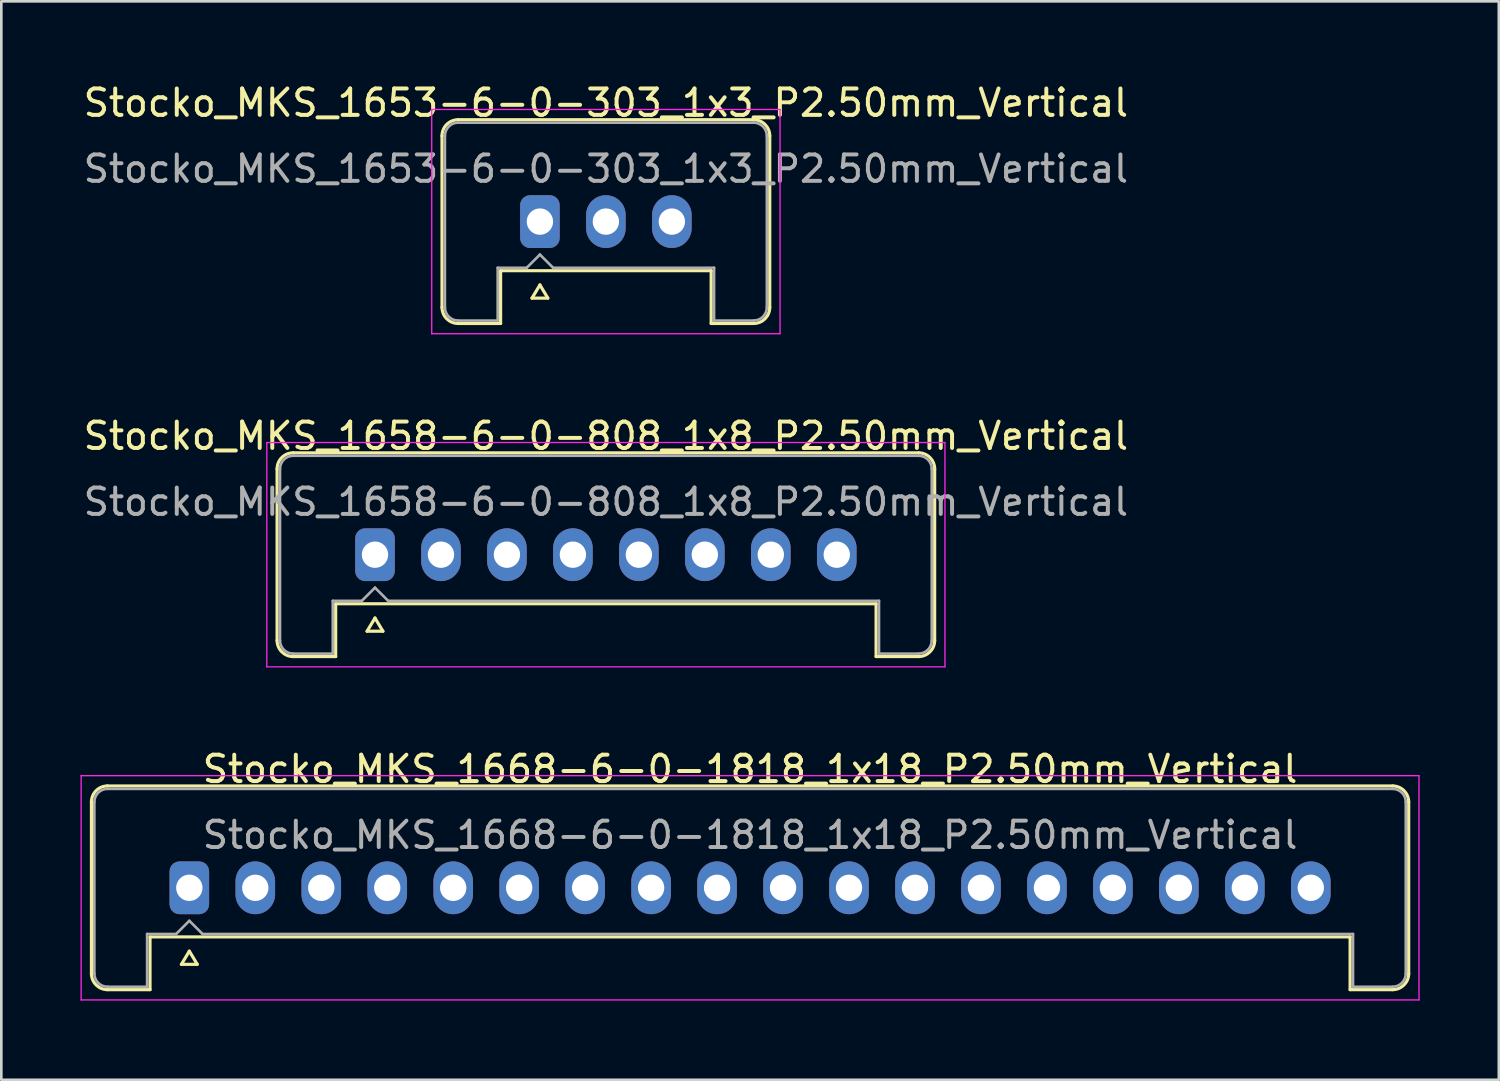
<source format=kicad_pcb>
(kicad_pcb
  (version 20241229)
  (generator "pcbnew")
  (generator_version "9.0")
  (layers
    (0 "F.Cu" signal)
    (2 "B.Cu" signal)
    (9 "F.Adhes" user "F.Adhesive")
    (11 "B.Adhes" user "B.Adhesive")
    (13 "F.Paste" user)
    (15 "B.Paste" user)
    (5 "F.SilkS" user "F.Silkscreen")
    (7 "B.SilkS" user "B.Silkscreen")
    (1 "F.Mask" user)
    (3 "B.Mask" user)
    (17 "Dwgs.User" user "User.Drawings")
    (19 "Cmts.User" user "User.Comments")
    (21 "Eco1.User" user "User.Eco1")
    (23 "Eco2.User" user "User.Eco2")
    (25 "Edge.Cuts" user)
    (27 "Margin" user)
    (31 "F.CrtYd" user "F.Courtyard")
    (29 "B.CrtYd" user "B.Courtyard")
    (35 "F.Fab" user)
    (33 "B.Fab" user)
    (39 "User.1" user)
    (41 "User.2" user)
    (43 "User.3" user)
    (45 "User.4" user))
  (footprint "Stocko_MKS_1653-6-0-303_1x3_P2.50mm_Vertical"
    (layer "F.Cu")
    (at 17.411 5.348)
    (property "Reference" "Stocko_MKS_1653-6-0-303_1x3_P2.50mm_Vertical" (at 2.5 -4.5 0) (layer "F.SilkS") (effects (font (size 1 1) (thickness 0.15))))
    (attr through_hole)
    (fp_line (start -3.71 -3.25) (end -3.71 3.25) (stroke (width 0.12) (type solid)) (layer "F.SilkS"))
    (fp_line (start -3.1 -3.86) (end 8.1 -3.86) (stroke (width 0.12) (type solid)) (layer "F.SilkS"))
    (fp_line (start -3.1 3.86) (end -1.49 3.86) (stroke (width 0.12) (type solid)) (layer "F.SilkS"))
    (fp_line (start -1.49 1.86) (end 6.49 1.86) (stroke (width 0.12) (type solid)) (layer "F.SilkS"))
    (fp_line (start -1.49 3.86) (end -1.49 1.86) (stroke (width 0.12) (type solid)) (layer "F.SilkS"))
    (fp_line (start -0.3 2.9) (end 0.3 2.9) (stroke (width 0.12) (type solid)) (layer "F.SilkS"))
    (fp_line (start 0 2.4) (end -0.3 2.9) (stroke (width 0.12) (type solid)) (layer "F.SilkS"))
    (fp_line (start 0.3 2.9) (end 0 2.4) (stroke (width 0.12) (type solid)) (layer "F.SilkS"))
    (fp_line (start 6.49 3.86) (end 6.49 1.86) (stroke (width 0.12) (type solid)) (layer "F.SilkS"))
    (fp_line (start 8.1 3.86) (end 6.49 3.86) (stroke (width 0.12) (type solid)) (layer "F.SilkS"))
    (fp_line (start 8.71 -3.25) (end 8.71 3.25) (stroke (width 0.12) (type solid)) (layer "F.SilkS"))
    (fp_arc (start -3.71 -3.25) (mid -3.531335 -3.681335) (end -3.1 -3.86) (stroke (width 0.12) (type solid)) (layer "F.SilkS"))
    (fp_arc (start -3.1 3.86) (mid -3.531335 3.681335) (end -3.71 3.25) (stroke (width 0.12) (type solid)) (layer "F.SilkS"))
    (fp_arc (start 8.1 -3.86) (mid 8.531335 -3.681335) (end 8.71 -3.25) (stroke (width 0.12) (type solid)) (layer "F.SilkS"))
    (fp_arc (start 8.71 3.25) (mid 8.531335 3.681335) (end 8.1 3.86) (stroke (width 0.12) (type solid)) (layer "F.SilkS"))
    (fp_line (start -4.1 -4.25) (end -4.1 4.25) (stroke (width 0.05) (type solid)) (layer "F.CrtYd"))
    (fp_line (start -4.1 4.25) (end 9.1 4.25) (stroke (width 0.05) (type solid)) (layer "F.CrtYd"))
    (fp_line (start 9.1 -4.25) (end -4.1 -4.25) (stroke (width 0.05) (type solid)) (layer "F.CrtYd"))
    (fp_line (start 9.1 4.25) (end 9.1 -4.25) (stroke (width 0.05) (type solid)) (layer "F.CrtYd"))
    (fp_line (start -3.6 -3.25) (end -3.6 3.25) (stroke (width 0.1) (type solid)) (layer "F.Fab"))
    (fp_line (start -3.1 -3.75) (end 8.1 -3.75) (stroke (width 0.1) (type solid)) (layer "F.Fab"))
    (fp_line (start -3.1 3.75) (end -1.6 3.75) (stroke (width 0.1) (type solid)) (layer "F.Fab"))
    (fp_line (start -1.6 1.75) (end -0.5 1.75) (stroke (width 0.1) (type solid)) (layer "F.Fab"))
    (fp_line (start -1.6 3.75) (end -1.6 1.75) (stroke (width 0.1) (type solid)) (layer "F.Fab"))
    (fp_line (start -0.5 1.75) (end 0 1.25) (stroke (width 0.1) (type solid)) (layer "F.Fab"))
    (fp_line (start 0 1.25) (end 0.5 1.75) (stroke (width 0.1) (type solid)) (layer "F.Fab"))
    (fp_line (start 0.5 1.75) (end 6.6 1.75) (stroke (width 0.1) (type solid)) (layer "F.Fab"))
    (fp_line (start 6.6 3.75) (end 6.6 1.75) (stroke (width 0.1) (type solid)) (layer "F.Fab"))
    (fp_line (start 8.1 3.75) (end 6.6 3.75) (stroke (width 0.1) (type solid)) (layer "F.Fab"))
    (fp_line (start 8.6 -3.25) (end 8.6 3.25) (stroke (width 0.1) (type solid)) (layer "F.Fab"))
    (fp_arc (start -3.6 -3.25) (mid -3.453553 -3.603553) (end -3.1 -3.75) (stroke (width 0.1) (type solid)) (layer "F.Fab"))
    (fp_arc (start -3.1 3.75) (mid -3.453553 3.603553) (end -3.6 3.25) (stroke (width 0.1) (type solid)) (layer "F.Fab"))
    (fp_arc (start 8.1 -3.75) (mid 8.453553 -3.603553) (end 8.6 -3.25) (stroke (width 0.1) (type solid)) (layer "F.Fab"))
    (fp_arc (start 8.6 3.25) (mid 8.453553 3.603553) (end 8.1 3.75) (stroke (width 0.1) (type solid)) (layer "F.Fab"))
    (fp_text user "${REFERENCE}" (at 2.5 -2 0) (layer "F.Fab") (effects (font (size 1 1) (thickness 0.15))))
    (pad "1" thru_hole roundrect (at 0 0) (size 1.5 2) (drill 1) (layers "*.Cu" "*.Mask") (roundrect_rratio 0.25))
    (pad "2" thru_hole oval (at 2.5 0) (size 1.5 2) (drill 1) (layers "*.Cu" "*.Mask"))
    (pad "3" thru_hole oval (at 5 0) (size 1.5 2) (drill 1) (layers "*.Cu" "*.Mask")))
  (footprint "Stocko_MKS_1658-6-0-808_1x8_P2.50mm_Vertical"
    (layer "F.Cu")
    (at 11.161 17.971)
    (property "Reference" "Stocko_MKS_1658-6-0-808_1x8_P2.50mm_Vertical" (at 8.75 -4.5 0) (layer "F.SilkS") (effects (font (size 1 1) (thickness 0.15))))
    (attr through_hole)
    (fp_line (start -3.71 -3.25) (end -3.71 3.25) (stroke (width 0.12) (type solid)) (layer "F.SilkS"))
    (fp_line (start -3.1 -3.86) (end 20.6 -3.86) (stroke (width 0.12) (type solid)) (layer "F.SilkS"))
    (fp_line (start -3.1 3.86) (end -1.49 3.86) (stroke (width 0.12) (type solid)) (layer "F.SilkS"))
    (fp_line (start -1.49 1.86) (end 18.99 1.86) (stroke (width 0.12) (type solid)) (layer "F.SilkS"))
    (fp_line (start -1.49 3.86) (end -1.49 1.86) (stroke (width 0.12) (type solid)) (layer "F.SilkS"))
    (fp_line (start -0.3 2.9) (end 0.3 2.9) (stroke (width 0.12) (type solid)) (layer "F.SilkS"))
    (fp_line (start 0 2.4) (end -0.3 2.9) (stroke (width 0.12) (type solid)) (layer "F.SilkS"))
    (fp_line (start 0.3 2.9) (end 0 2.4) (stroke (width 0.12) (type solid)) (layer "F.SilkS"))
    (fp_line (start 18.99 3.86) (end 18.99 1.86) (stroke (width 0.12) (type solid)) (layer "F.SilkS"))
    (fp_line (start 20.6 3.86) (end 18.99 3.86) (stroke (width 0.12) (type solid)) (layer "F.SilkS"))
    (fp_line (start 21.21 -3.25) (end 21.21 3.25) (stroke (width 0.12) (type solid)) (layer "F.SilkS"))
    (fp_arc (start -3.71 -3.25) (mid -3.531335 -3.681335) (end -3.1 -3.86) (stroke (width 0.12) (type solid)) (layer "F.SilkS"))
    (fp_arc (start -3.1 3.86) (mid -3.531335 3.681335) (end -3.71 3.25) (stroke (width 0.12) (type solid)) (layer "F.SilkS"))
    (fp_arc (start 20.6 -3.86) (mid 21.031335 -3.681335) (end 21.21 -3.25) (stroke (width 0.12) (type solid)) (layer "F.SilkS"))
    (fp_arc (start 21.21 3.25) (mid 21.031335 3.681335) (end 20.6 3.86) (stroke (width 0.12) (type solid)) (layer "F.SilkS"))
    (fp_line (start -4.1 -4.25) (end -4.1 4.25) (stroke (width 0.05) (type solid)) (layer "F.CrtYd"))
    (fp_line (start -4.1 4.25) (end 21.6 4.25) (stroke (width 0.05) (type solid)) (layer "F.CrtYd"))
    (fp_line (start 21.6 -4.25) (end -4.1 -4.25) (stroke (width 0.05) (type solid)) (layer "F.CrtYd"))
    (fp_line (start 21.6 4.25) (end 21.6 -4.25) (stroke (width 0.05) (type solid)) (layer "F.CrtYd"))
    (fp_line (start -3.6 -3.25) (end -3.6 3.25) (stroke (width 0.1) (type solid)) (layer "F.Fab"))
    (fp_line (start -3.1 -3.75) (end 20.6 -3.75) (stroke (width 0.1) (type solid)) (layer "F.Fab"))
    (fp_line (start -3.1 3.75) (end -1.6 3.75) (stroke (width 0.1) (type solid)) (layer "F.Fab"))
    (fp_line (start -1.6 1.75) (end -0.5 1.75) (stroke (width 0.1) (type solid)) (layer "F.Fab"))
    (fp_line (start -1.6 3.75) (end -1.6 1.75) (stroke (width 0.1) (type solid)) (layer "F.Fab"))
    (fp_line (start -0.5 1.75) (end 0 1.25) (stroke (width 0.1) (type solid)) (layer "F.Fab"))
    (fp_line (start 0 1.25) (end 0.5 1.75) (stroke (width 0.1) (type solid)) (layer "F.Fab"))
    (fp_line (start 0.5 1.75) (end 19.1 1.75) (stroke (width 0.1) (type solid)) (layer "F.Fab"))
    (fp_line (start 19.1 3.75) (end 19.1 1.75) (stroke (width 0.1) (type solid)) (layer "F.Fab"))
    (fp_line (start 20.6 3.75) (end 19.1 3.75) (stroke (width 0.1) (type solid)) (layer "F.Fab"))
    (fp_line (start 21.1 -3.25) (end 21.1 3.25) (stroke (width 0.1) (type solid)) (layer "F.Fab"))
    (fp_arc (start -3.6 -3.25) (mid -3.453553 -3.603553) (end -3.1 -3.75) (stroke (width 0.1) (type solid)) (layer "F.Fab"))
    (fp_arc (start -3.1 3.75) (mid -3.453553 3.603553) (end -3.6 3.25) (stroke (width 0.1) (type solid)) (layer "F.Fab"))
    (fp_arc (start 20.6 -3.75) (mid 20.953553 -3.603553) (end 21.1 -3.25) (stroke (width 0.1) (type solid)) (layer "F.Fab"))
    (fp_arc (start 21.1 3.25) (mid 20.953553 3.603553) (end 20.6 3.75) (stroke (width 0.1) (type solid)) (layer "F.Fab"))
    (fp_text user "${REFERENCE}" (at 8.75 -2 0) (layer "F.Fab") (effects (font (size 1 1) (thickness 0.15))))
    (pad "1" thru_hole roundrect (at 0 0) (size 1.5 2) (drill 1) (layers "*.Cu" "*.Mask") (roundrect_rratio 0.25))
    (pad "2" thru_hole oval (at 2.5 0) (size 1.5 2) (drill 1) (layers "*.Cu" "*.Mask"))
    (pad "3" thru_hole oval (at 5 0) (size 1.5 2) (drill 1) (layers "*.Cu" "*.Mask"))
    (pad "4" thru_hole oval (at 7.5 0) (size 1.5 2) (drill 1) (layers "*.Cu" "*.Mask"))
    (pad "5" thru_hole oval (at 10 0) (size 1.5 2) (drill 1) (layers "*.Cu" "*.Mask"))
    (pad "6" thru_hole oval (at 12.5 0) (size 1.5 2) (drill 1) (layers "*.Cu" "*.Mask"))
    (pad "7" thru_hole oval (at 15 0) (size 1.5 2) (drill 1) (layers "*.Cu" "*.Mask"))
    (pad "8" thru_hole oval (at 17.5 0) (size 1.5 2) (drill 1) (layers "*.Cu" "*.Mask")))
  (footprint "Stocko_MKS_1668-6-0-1818_1x18_P2.50mm_Vertical"
    (layer "F.Cu")
    (at 4.125 30.595)
    (property "Reference" "Stocko_MKS_1668-6-0-1818_1x18_P2.50mm_Vertical" (at 21.25 -4.5 0) (layer "F.SilkS") (effects (font (size 1 1) (thickness 0.15))))
    (attr through_hole)
    (fp_line (start -3.71 -3.25) (end -3.71 3.25) (stroke (width 0.12) (type solid)) (layer "F.SilkS"))
    (fp_line (start -3.1 -3.86) (end 45.6 -3.86) (stroke (width 0.12) (type solid)) (layer "F.SilkS"))
    (fp_line (start -3.1 3.86) (end -1.49 3.86) (stroke (width 0.12) (type solid)) (layer "F.SilkS"))
    (fp_line (start -1.49 1.86) (end 43.99 1.86) (stroke (width 0.12) (type solid)) (layer "F.SilkS"))
    (fp_line (start -1.49 3.86) (end -1.49 1.86) (stroke (width 0.12) (type solid)) (layer "F.SilkS"))
    (fp_line (start -0.3 2.9) (end 0.3 2.9) (stroke (width 0.12) (type solid)) (layer "F.SilkS"))
    (fp_line (start 0 2.4) (end -0.3 2.9) (stroke (width 0.12) (type solid)) (layer "F.SilkS"))
    (fp_line (start 0.3 2.9) (end 0 2.4) (stroke (width 0.12) (type solid)) (layer "F.SilkS"))
    (fp_line (start 43.99 3.86) (end 43.99 1.86) (stroke (width 0.12) (type solid)) (layer "F.SilkS"))
    (fp_line (start 45.6 3.86) (end 43.99 3.86) (stroke (width 0.12) (type solid)) (layer "F.SilkS"))
    (fp_line (start 46.21 -3.25) (end 46.21 3.25) (stroke (width 0.12) (type solid)) (layer "F.SilkS"))
    (fp_arc (start -3.71 -3.25) (mid -3.531335 -3.681335) (end -3.1 -3.86) (stroke (width 0.12) (type solid)) (layer "F.SilkS"))
    (fp_arc (start -3.1 3.86) (mid -3.531335 3.681335) (end -3.71 3.25) (stroke (width 0.12) (type solid)) (layer "F.SilkS"))
    (fp_arc (start 45.6 -3.86) (mid 46.031335 -3.681335) (end 46.21 -3.25) (stroke (width 0.12) (type solid)) (layer "F.SilkS"))
    (fp_arc (start 46.21 3.25) (mid 46.031335 3.681335) (end 45.6 3.86) (stroke (width 0.12) (type solid)) (layer "F.SilkS"))
    (fp_line (start -4.1 -4.25) (end -4.1 4.25) (stroke (width 0.05) (type solid)) (layer "F.CrtYd"))
    (fp_line (start -4.1 4.25) (end 46.6 4.25) (stroke (width 0.05) (type solid)) (layer "F.CrtYd"))
    (fp_line (start 46.6 -4.25) (end -4.1 -4.25) (stroke (width 0.05) (type solid)) (layer "F.CrtYd"))
    (fp_line (start 46.6 4.25) (end 46.6 -4.25) (stroke (width 0.05) (type solid)) (layer "F.CrtYd"))
    (fp_line (start -3.6 -3.25) (end -3.6 3.25) (stroke (width 0.1) (type solid)) (layer "F.Fab"))
    (fp_line (start -3.1 -3.75) (end 45.6 -3.75) (stroke (width 0.1) (type solid)) (layer "F.Fab"))
    (fp_line (start -3.1 3.75) (end -1.6 3.75) (stroke (width 0.1) (type solid)) (layer "F.Fab"))
    (fp_line (start -1.6 1.75) (end -0.5 1.75) (stroke (width 0.1) (type solid)) (layer "F.Fab"))
    (fp_line (start -1.6 3.75) (end -1.6 1.75) (stroke (width 0.1) (type solid)) (layer "F.Fab"))
    (fp_line (start -0.5 1.75) (end 0 1.25) (stroke (width 0.1) (type solid)) (layer "F.Fab"))
    (fp_line (start 0 1.25) (end 0.5 1.75) (stroke (width 0.1) (type solid)) (layer "F.Fab"))
    (fp_line (start 0.5 1.75) (end 44.1 1.75) (stroke (width 0.1) (type solid)) (layer "F.Fab"))
    (fp_line (start 44.1 3.75) (end 44.1 1.75) (stroke (width 0.1) (type solid)) (layer "F.Fab"))
    (fp_line (start 45.6 3.75) (end 44.1 3.75) (stroke (width 0.1) (type solid)) (layer "F.Fab"))
    (fp_line (start 46.1 -3.25) (end 46.1 3.25) (stroke (width 0.1) (type solid)) (layer "F.Fab"))
    (fp_arc (start -3.6 -3.25) (mid -3.453553 -3.603553) (end -3.1 -3.75) (stroke (width 0.1) (type solid)) (layer "F.Fab"))
    (fp_arc (start -3.1 3.75) (mid -3.453553 3.603553) (end -3.6 3.25) (stroke (width 0.1) (type solid)) (layer "F.Fab"))
    (fp_arc (start 45.6 -3.75) (mid 45.953553 -3.603553) (end 46.1 -3.25) (stroke (width 0.1) (type solid)) (layer "F.Fab"))
    (fp_arc (start 46.1 3.25) (mid 45.953553 3.603553) (end 45.6 3.75) (stroke (width 0.1) (type solid)) (layer "F.Fab"))
    (fp_text user "${REFERENCE}" (at 21.25 -2 0) (layer "F.Fab") (effects (font (size 1 1) (thickness 0.15))))
    (pad "1" thru_hole roundrect (at 0 0) (size 1.5 2) (drill 1) (layers "*.Cu" "*.Mask") (roundrect_rratio 0.25))
    (pad "2" thru_hole oval (at 2.5 0) (size 1.5 2) (drill 1) (layers "*.Cu" "*.Mask"))
    (pad "3" thru_hole oval (at 5 0) (size 1.5 2) (drill 1) (layers "*.Cu" "*.Mask"))
    (pad "4" thru_hole oval (at 7.5 0) (size 1.5 2) (drill 1) (layers "*.Cu" "*.Mask"))
    (pad "5" thru_hole oval (at 10 0) (size 1.5 2) (drill 1) (layers "*.Cu" "*.Mask"))
    (pad "6" thru_hole oval (at 12.5 0) (size 1.5 2) (drill 1) (layers "*.Cu" "*.Mask"))
    (pad "7" thru_hole oval (at 15 0) (size 1.5 2) (drill 1) (layers "*.Cu" "*.Mask"))
    (pad "8" thru_hole oval (at 17.5 0) (size 1.5 2) (drill 1) (layers "*.Cu" "*.Mask"))
    (pad "9" thru_hole oval (at 20 0) (size 1.5 2) (drill 1) (layers "*.Cu" "*.Mask"))
    (pad "10" thru_hole oval (at 22.5 0) (size 1.5 2) (drill 1) (layers "*.Cu" "*.Mask"))
    (pad "11" thru_hole oval (at 25 0) (size 1.5 2) (drill 1) (layers "*.Cu" "*.Mask"))
    (pad "12" thru_hole oval (at 27.5 0) (size 1.5 2) (drill 1) (layers "*.Cu" "*.Mask"))
    (pad "13" thru_hole oval (at 30 0) (size 1.5 2) (drill 1) (layers "*.Cu" "*.Mask"))
    (pad "14" thru_hole oval (at 32.5 0) (size 1.5 2) (drill 1) (layers "*.Cu" "*.Mask"))
    (pad "15" thru_hole oval (at 35 0) (size 1.5 2) (drill 1) (layers "*.Cu" "*.Mask"))
    (pad "16" thru_hole oval (at 37.5 0) (size 1.5 2) (drill 1) (layers "*.Cu" "*.Mask"))
    (pad "17" thru_hole oval (at 40 0) (size 1.5 2) (drill 1) (layers "*.Cu" "*.Mask"))
    (pad "18" thru_hole oval (at 42.5 0) (size 1.5 2) (drill 1) (layers "*.Cu" "*.Mask")))
  (gr_rect
    (start -3 -3)
    (end 53.75 37.87)
    (stroke (width 0.1) (type default))
    (fill no)
    (layer "Edge.Cuts")))
</source>
